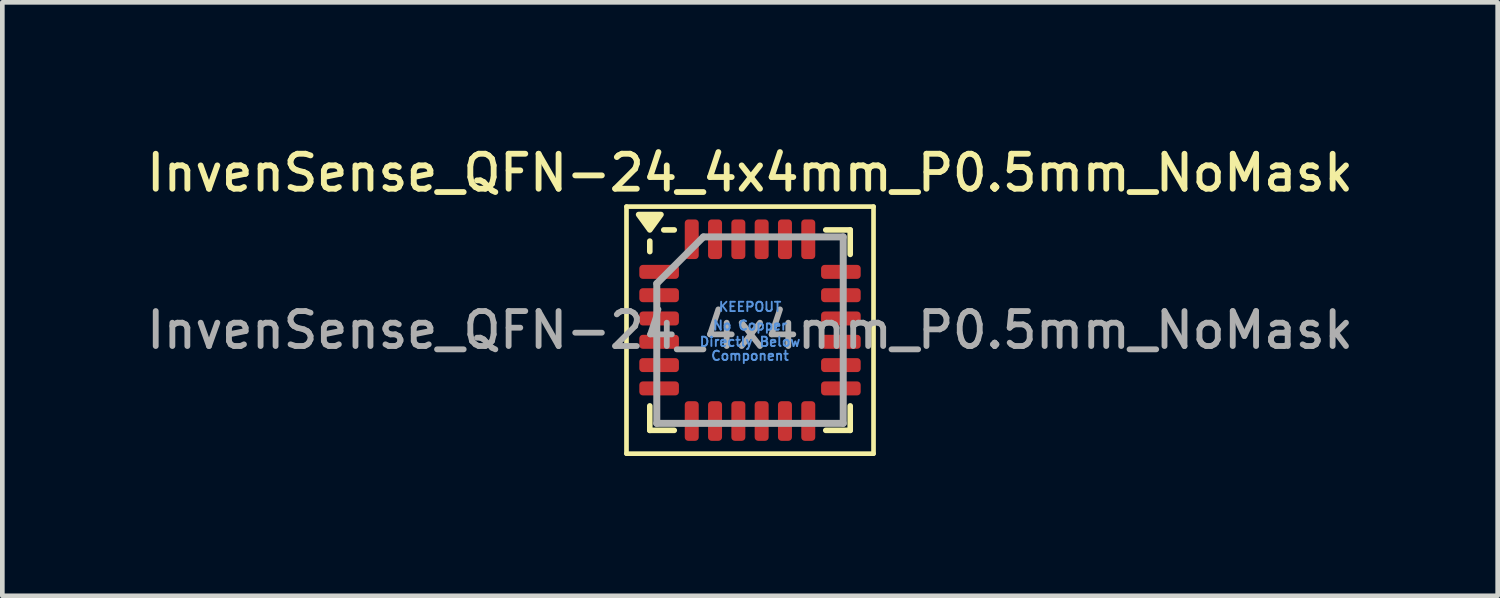
<source format=kicad_pcb>
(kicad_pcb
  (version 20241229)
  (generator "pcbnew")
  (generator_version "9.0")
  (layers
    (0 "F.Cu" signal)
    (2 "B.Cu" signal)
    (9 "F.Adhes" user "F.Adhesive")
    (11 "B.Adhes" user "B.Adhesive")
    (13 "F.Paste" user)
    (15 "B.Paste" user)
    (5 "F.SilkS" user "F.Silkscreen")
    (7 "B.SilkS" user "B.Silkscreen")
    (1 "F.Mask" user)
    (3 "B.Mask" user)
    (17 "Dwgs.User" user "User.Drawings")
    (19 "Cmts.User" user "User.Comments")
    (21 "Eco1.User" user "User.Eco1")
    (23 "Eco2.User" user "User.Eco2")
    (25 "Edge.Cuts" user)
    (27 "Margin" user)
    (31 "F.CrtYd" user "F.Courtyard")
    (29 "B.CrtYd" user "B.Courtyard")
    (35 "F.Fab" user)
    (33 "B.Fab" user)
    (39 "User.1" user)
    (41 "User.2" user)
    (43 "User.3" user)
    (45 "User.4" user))
  (footprint "InvenSense_QFN-24_4x4mm_P0.5mm_NoMask"
    (layer "F.Cu")
    (at 13.041 4.033)
    (property "Reference" "InvenSense_QFN-24_4x4mm_P0.5mm_NoMask" (at 0 -3.375 0) (layer "F.SilkS") (effects (font (size 0.75 0.75) (thickness 0.125))))
    (attr smd)
    (fp_line (start -2.65 -2.65) (end -2.65 2.65) (stroke (width 0.1) (type solid)) (layer "F.SilkS"))
    (fp_line (start -2.65 -2.65) (end 2.65 -2.65) (stroke (width 0.1) (type solid)) (layer "F.SilkS"))
    (fp_line (start -2.65 2.65) (end 2.65 2.65) (stroke (width 0.1) (type solid)) (layer "F.SilkS"))
    (fp_line (start -2.15 -1.685) (end -2.15 -1.91) (stroke (width 0.12) (type solid)) (layer "F.SilkS"))
    (fp_line (start -2.15 2.15) (end -2.15 1.625) (stroke (width 0.12) (type solid)) (layer "F.SilkS"))
    (fp_line (start -2.15 2.15) (end -1.625 2.15) (stroke (width 0.12) (type solid)) (layer "F.SilkS"))
    (fp_line (start -1.625 -2.15) (end -1.85 -2.15) (stroke (width 0.12) (type solid)) (layer "F.SilkS"))
    (fp_line (start 2.15 -2.15) (end 1.625 -2.15) (stroke (width 0.12) (type solid)) (layer "F.SilkS"))
    (fp_line (start 2.15 -2.15) (end 2.15 -1.625) (stroke (width 0.12) (type solid)) (layer "F.SilkS"))
    (fp_line (start 2.15 2.15) (end 1.625 2.15) (stroke (width 0.12) (type solid)) (layer "F.SilkS"))
    (fp_line (start 2.15 2.15) (end 2.15 1.625) (stroke (width 0.12) (type solid)) (layer "F.SilkS"))
    (fp_line (start 2.65 -2.65) (end 2.65 2.65) (stroke (width 0.1) (type solid)) (layer "F.SilkS"))
    (fp_poly (pts (xy -2.15 -2.15) (xy -2.39 -2.48) (xy -1.91 -2.48) (xy -2.15 -2.15)) (stroke (width 0.12) (type solid)) (fill yes) (layer "F.SilkS"))
    (fp_line (start -2 -1) (end -1 -2) (stroke (width 0.15) (type solid)) (layer "F.Fab"))
    (fp_line (start -2 2) (end -2 -1) (stroke (width 0.15) (type solid)) (layer "F.Fab"))
    (fp_line (start -1 -2) (end 2 -2) (stroke (width 0.15) (type solid)) (layer "F.Fab"))
    (fp_line (start 2 -2) (end 2 2) (stroke (width 0.15) (type solid)) (layer "F.Fab"))
    (fp_line (start 2 2) (end -2 2) (stroke (width 0.15) (type solid)) (layer "F.Fab"))
    (fp_text user "Component" (at 0 0.55 0) (layer "Cmts.User") (effects (font (size 0.2 0.2) (thickness 0.04))))
    (fp_text user "No Copper" (at 0 -0.1 0) (layer "Cmts.User") (effects (font (size 0.2 0.2) (thickness 0.04))))
    (fp_text user "KEEPOUT" (at 0 -0.5 0) (layer "Cmts.User") (effects (font (size 0.2 0.2) (thickness 0.04))))
    (fp_text user "Directly Below" (at 0 0.25 0) (layer "Cmts.User") (effects (font (size 0.2 0.2) (thickness 0.04))))
    (fp_text user "${REFERENCE}" (at 0 0 0) (layer "F.Fab") (effects (font (size 0.75 0.75) (thickness 0.125))))
    (pad "" smd roundrect (at 0 0) (size 2.75 2.65) (layers "F.Mask") (roundrect_rratio 0.094))
    (pad "1" smd roundrect (at -1.95 -1.25) (size 0.85 0.3) (layers "F.Cu" "F.Mask" "F.Paste") (roundrect_rratio 0.25))
    (pad "2" smd roundrect (at -1.95 -0.75) (size 0.85 0.3) (layers "F.Cu" "F.Mask" "F.Paste") (roundrect_rratio 0.25))
    (pad "3" smd roundrect (at -1.95 -0.25) (size 0.85 0.3) (layers "F.Cu" "F.Mask" "F.Paste") (roundrect_rratio 0.25))
    (pad "4" smd roundrect (at -1.95 0.25) (size 0.85 0.3) (layers "F.Cu" "F.Mask" "F.Paste") (roundrect_rratio 0.25))
    (pad "5" smd roundrect (at -1.95 0.75) (size 0.85 0.3) (layers "F.Cu" "F.Mask" "F.Paste") (roundrect_rratio 0.25))
    (pad "6" smd roundrect (at -1.95 1.25) (size 0.85 0.3) (layers "F.Cu" "F.Mask" "F.Paste") (roundrect_rratio 0.25))
    (pad "7" smd roundrect (at -1.25 1.95 90) (size 0.85 0.3) (layers "F.Cu" "F.Mask" "F.Paste") (roundrect_rratio 0.25))
    (pad "8" smd roundrect (at -0.75 1.95 90) (size 0.85 0.3) (layers "F.Cu" "F.Mask" "F.Paste") (roundrect_rratio 0.25))
    (pad "9" smd roundrect (at -0.25 1.95 90) (size 0.85 0.3) (layers "F.Cu" "F.Mask" "F.Paste") (roundrect_rratio 0.25))
    (pad "10" smd roundrect (at 0.25 1.95 90) (size 0.85 0.3) (layers "F.Cu" "F.Mask" "F.Paste") (roundrect_rratio 0.25))
    (pad "11" smd roundrect (at 0.75 1.95 90) (size 0.85 0.3) (layers "F.Cu" "F.Mask" "F.Paste") (roundrect_rratio 0.25))
    (pad "12" smd roundrect (at 1.25 1.95 90) (size 0.85 0.3) (layers "F.Cu" "F.Mask" "F.Paste") (roundrect_rratio 0.25))
    (pad "13" smd roundrect (at 1.95 1.25) (size 0.85 0.3) (layers "F.Cu" "F.Mask" "F.Paste") (roundrect_rratio 0.25))
    (pad "14" smd roundrect (at 1.95 0.75) (size 0.85 0.3) (layers "F.Cu" "F.Mask" "F.Paste") (roundrect_rratio 0.25))
    (pad "15" smd roundrect (at 1.95 0.25) (size 0.85 0.3) (layers "F.Cu" "F.Mask" "F.Paste") (roundrect_rratio 0.25))
    (pad "16" smd roundrect (at 1.95 -0.25) (size 0.85 0.3) (layers "F.Cu" "F.Mask" "F.Paste") (roundrect_rratio 0.25))
    (pad "17" smd roundrect (at 1.95 -0.75) (size 0.85 0.3) (layers "F.Cu" "F.Mask" "F.Paste") (roundrect_rratio 0.25))
    (pad "18" smd roundrect (at 1.95 -1.25) (size 0.85 0.3) (layers "F.Cu" "F.Mask" "F.Paste") (roundrect_rratio 0.25))
    (pad "19" smd roundrect (at 1.25 -1.95 90) (size 0.85 0.3) (layers "F.Cu" "F.Mask" "F.Paste") (roundrect_rratio 0.25))
    (pad "20" smd roundrect (at 0.75 -1.95 90) (size 0.85 0.3) (layers "F.Cu" "F.Mask" "F.Paste") (roundrect_rratio 0.25))
    (pad "21" smd roundrect (at 0.25 -1.95 90) (size 0.85 0.3) (layers "F.Cu" "F.Mask" "F.Paste") (roundrect_rratio 0.25))
    (pad "22" smd roundrect (at -0.25 -1.95 90) (size 0.85 0.3) (layers "F.Cu" "F.Mask" "F.Paste") (roundrect_rratio 0.25))
    (pad "23" smd roundrect (at -0.75 -1.95 90) (size 0.85 0.3) (layers "F.Cu" "F.Mask" "F.Paste") (roundrect_rratio 0.25))
    (pad "24" smd roundrect (at -1.25 -1.95 90) (size 0.85 0.3) (layers "F.Cu" "F.Mask" "F.Paste") (roundrect_rratio 0.25))
    (zone (net_name "") (layer "F.Cu") (hatch full 0.508) (connect_pads) (min_thickness 0.254) (filled_areas_thickness no) (keepout (tracks not_allowed) (vias not_allowed) (pads not_allowed) (copperpour not_allowed) (footprints allowed)) (placement (enabled no)) (fill) (polygon (pts (xy 11.666 2.708) (xy 14.416 2.708) (xy 14.416 5.358) (xy 11.666 5.358)))))
  (gr_rect
    (start -3 -3)
    (end 29.082 9.733)
    (stroke (width 0.1) (type default))
    (fill no)
    (layer "Edge.Cuts")))
</source>
